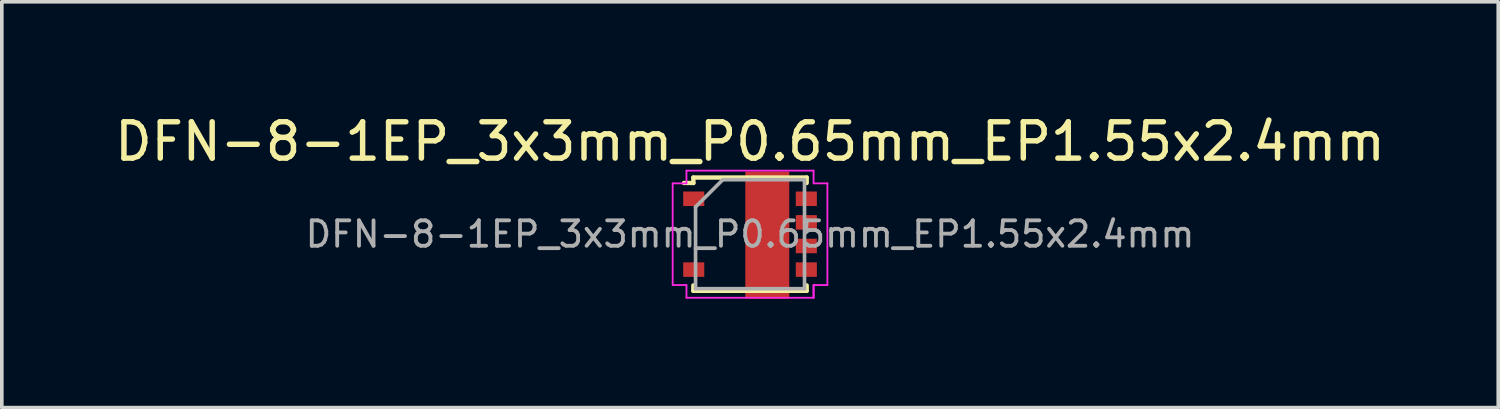
<source format=kicad_pcb>
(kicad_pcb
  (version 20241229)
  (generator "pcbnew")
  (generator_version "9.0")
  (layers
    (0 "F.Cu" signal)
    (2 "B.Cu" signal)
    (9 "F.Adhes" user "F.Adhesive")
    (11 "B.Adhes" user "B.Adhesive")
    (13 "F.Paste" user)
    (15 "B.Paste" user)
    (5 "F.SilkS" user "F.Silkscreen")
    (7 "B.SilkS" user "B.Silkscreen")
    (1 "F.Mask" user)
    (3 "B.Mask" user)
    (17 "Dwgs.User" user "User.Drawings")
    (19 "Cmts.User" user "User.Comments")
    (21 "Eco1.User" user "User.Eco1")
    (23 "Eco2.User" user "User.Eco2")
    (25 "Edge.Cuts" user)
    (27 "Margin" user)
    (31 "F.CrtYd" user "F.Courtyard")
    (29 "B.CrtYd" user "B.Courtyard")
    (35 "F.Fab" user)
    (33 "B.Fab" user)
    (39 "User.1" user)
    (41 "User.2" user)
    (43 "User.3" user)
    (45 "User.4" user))
  (footprint "DFN-8-1EP_3x3mm_P0.65mm_EP1.55x2.4mm"
    (layer "F.Cu")
    (at 17.601 3.398)
    (property "Reference" "DFN-8-1EP_3x3mm_P0.65mm_EP1.55x2.4mm" (at 0 -2.55 0) (layer "F.SilkS") (effects (font (size 1 1) (thickness 0.15))))
    (attr smd)
    (fp_line (start -1.56 -1.56) (end -1.56 -1.41) (stroke (width 0.12) (type solid)) (layer "F.SilkS"))
    (fp_line (start -1.56 -1.56) (end 1.56 -1.56) (stroke (width 0.12) (type solid)) (layer "F.SilkS"))
    (fp_line (start -1.56 -1.41) (end -1.82 -1.41) (stroke (width 0.12) (type solid)) (layer "F.SilkS"))
    (fp_line (start -1.56 1.56) (end -1.56 1.41) (stroke (width 0.12) (type solid)) (layer "F.SilkS"))
    (fp_line (start -1.56 1.56) (end 1.56 1.56) (stroke (width 0.12) (type solid)) (layer "F.SilkS"))
    (fp_line (start 1.56 -1.56) (end 1.56 -1.41) (stroke (width 0.12) (type solid)) (layer "F.SilkS"))
    (fp_line (start 1.56 1.56) (end 1.56 1.41) (stroke (width 0.12) (type solid)) (layer "F.SilkS"))
    (fp_line (start -2.13 -1.4) (end -2.13 1.4) (stroke (width 0.05) (type solid)) (layer "F.CrtYd"))
    (fp_line (start -1.75 -1.75) (end -1.75 -1.4) (stroke (width 0.05) (type solid)) (layer "F.CrtYd"))
    (fp_line (start -1.75 -1.75) (end 1.75 -1.75) (stroke (width 0.05) (type solid)) (layer "F.CrtYd"))
    (fp_line (start -1.75 -1.4) (end -2.13 -1.4) (stroke (width 0.05) (type solid)) (layer "F.CrtYd"))
    (fp_line (start -1.75 1.4) (end -2.13 1.4) (stroke (width 0.05) (type solid)) (layer "F.CrtYd"))
    (fp_line (start -1.75 1.75) (end -1.75 1.4) (stroke (width 0.05) (type solid)) (layer "F.CrtYd"))
    (fp_line (start -1.75 1.75) (end 1.75 1.75) (stroke (width 0.05) (type solid)) (layer "F.CrtYd"))
    (fp_line (start 1.75 -1.75) (end 1.75 -1.4) (stroke (width 0.05) (type solid)) (layer "F.CrtYd"))
    (fp_line (start 1.75 -1.4) (end 2.13 -1.4) (stroke (width 0.05) (type solid)) (layer "F.CrtYd"))
    (fp_line (start 1.75 1.4) (end 2.13 1.4) (stroke (width 0.05) (type solid)) (layer "F.CrtYd"))
    (fp_line (start 1.75 1.75) (end 1.75 1.4) (stroke (width 0.05) (type solid)) (layer "F.CrtYd"))
    (fp_line (start 1.75 1.75) (end 1.75 1.4) (stroke (width 0.05) (type solid)) (layer "F.CrtYd"))
    (fp_line (start 2.13 -1.4) (end 2.13 1.4) (stroke (width 0.05) (type solid)) (layer "F.CrtYd"))
    (fp_line (start -1.5 -0.75) (end -0.75 -1.5) (stroke (width 0.1) (type solid)) (layer "F.Fab"))
    (fp_line (start -1.5 1.5) (end -1.5 -0.75) (stroke (width 0.1) (type solid)) (layer "F.Fab"))
    (fp_line (start -0.75 -1.5) (end 1.5 -1.5) (stroke (width 0.1) (type solid)) (layer "F.Fab"))
    (fp_line (start 1.5 -1.5) (end 1.5 1.5) (stroke (width 0.1) (type solid)) (layer "F.Fab"))
    (fp_line (start 1.5 1.5) (end -1.5 1.5) (stroke (width 0.1) (type solid)) (layer "F.Fab"))
    (fp_text user "${REFERENCE}" (at 0 0 0) (layer "F.Fab") (effects (font (size 0.7 0.7) (thickness 0.105))))
    (pad "1" smd rect (at -1.55 -0.975) (size 0.58 0.4) (layers "F.Cu" "F.Mask" "F.Paste"))
    (pad "2" smd rect (at -1.55 0.975) (size 0.58 0.4) (layers "F.Cu" "F.Mask" "F.Paste"))
    (pad "3" smd rect (at 1.55 0.975) (size 0.58 0.4) (layers "F.Cu" "F.Mask" "F.Paste"))
    (pad "4" smd rect (at 1.55 0.325) (size 0.58 0.4) (layers "F.Cu" "F.Mask" "F.Paste"))
    (pad "5" smd rect (at 1.55 -0.325) (size 0.58 0.4) (layers "F.Cu" "F.Mask" "F.Paste"))
    (pad "6" smd rect (at 1.55 -0.975) (size 0.58 0.4) (layers "F.Cu" "F.Mask" "F.Paste"))
    (pad "7" smd rect (at 0.475 0.025) (size 1.21 3.5) (layers "F.Cu" "F.Mask")))
  (gr_rect
    (start -3 -3)
    (end 38.202 8.173)
    (stroke (width 0.1) (type default))
    (fill no)
    (layer "Edge.Cuts")))
</source>
